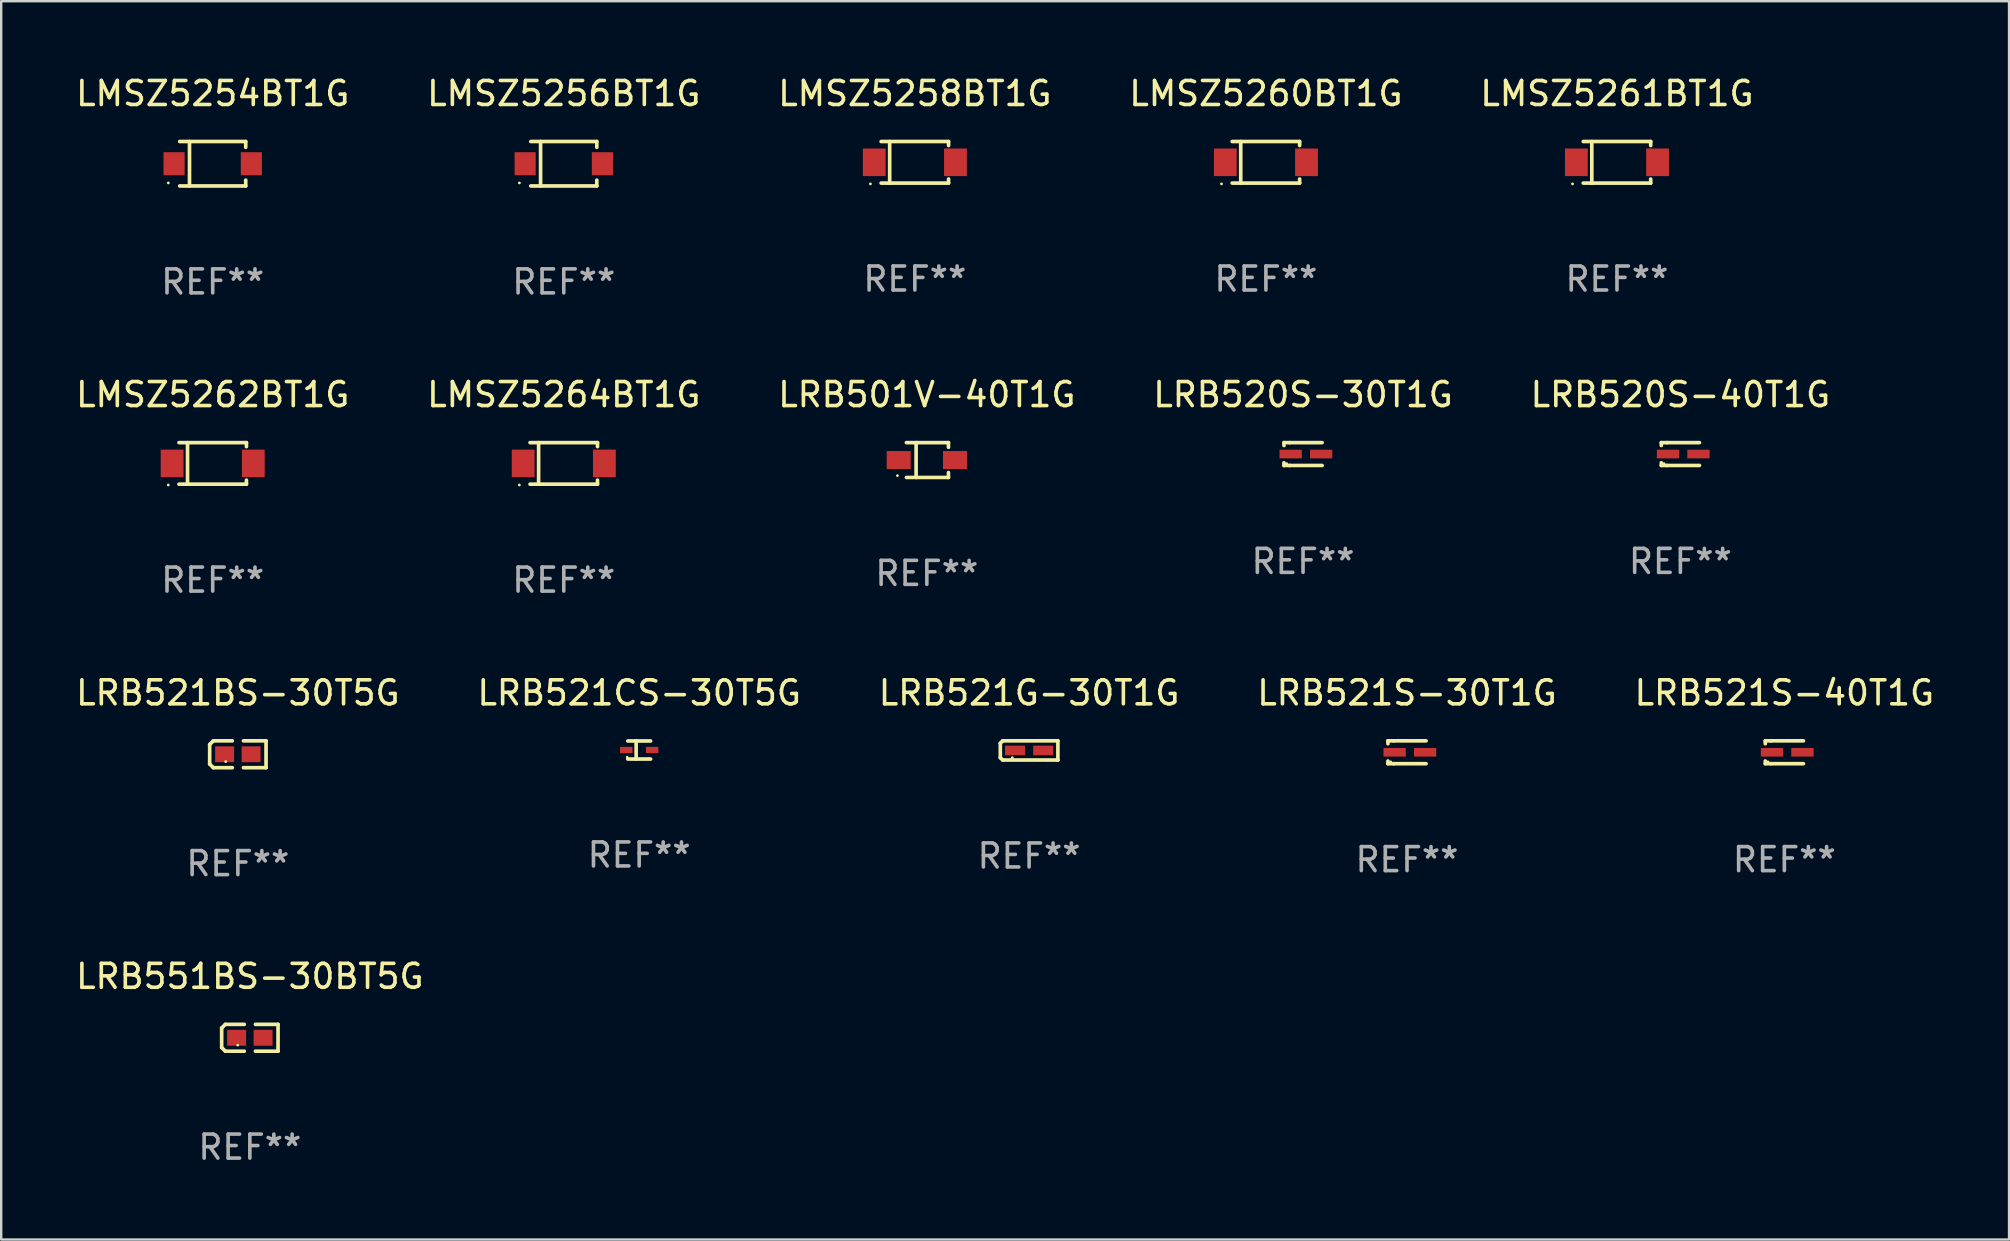
<source format=kicad_pcb>
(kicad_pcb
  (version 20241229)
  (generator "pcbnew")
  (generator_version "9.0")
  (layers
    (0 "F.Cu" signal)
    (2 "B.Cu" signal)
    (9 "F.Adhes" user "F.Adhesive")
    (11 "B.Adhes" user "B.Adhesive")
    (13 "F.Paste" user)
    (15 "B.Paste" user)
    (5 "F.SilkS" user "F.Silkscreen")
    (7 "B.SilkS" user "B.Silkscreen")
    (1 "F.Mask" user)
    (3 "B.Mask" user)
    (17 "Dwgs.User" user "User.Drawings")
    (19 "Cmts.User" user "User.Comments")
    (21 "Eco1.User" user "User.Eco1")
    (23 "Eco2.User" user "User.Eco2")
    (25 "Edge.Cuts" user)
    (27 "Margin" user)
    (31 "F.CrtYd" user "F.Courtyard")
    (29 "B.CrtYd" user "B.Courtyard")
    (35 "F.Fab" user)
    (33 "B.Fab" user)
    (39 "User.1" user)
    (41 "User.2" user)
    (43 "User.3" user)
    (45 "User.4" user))
  (footprint "LMSZ5256BT1G"
    (layer "F.Cu")
    (at 20.446 3.774)
    (property "Reference" "LMSZ5256BT1G" (at 0 -2.926 0) (layer "F.SilkS") (effects (font (size 1 1) (thickness 0.15))))
    (attr through_hole)
    (fp_line (start -1.376 -0.926) (end 1.376 -0.926) (stroke (width 0.152) (type solid)) (layer "F.SilkS"))
    (fp_line (start -1.376 0.926) (end 1.376 0.926) (stroke (width 0.152) (type solid)) (layer "F.SilkS"))
    (fp_line (start -0.967 -0.926) (end -0.967 0.926) (stroke (width 0.152) (type solid)) (layer "F.SilkS"))
    (fp_line (start 1.376 -0.926) (end 1.376 -0.683) (stroke (width 0.152) (type solid)) (layer "F.SilkS"))
    (fp_line (start 1.376 0.926) (end 1.376 0.683) (stroke (width 0.152) (type solid)) (layer "F.SilkS"))
    (fp_circle (center -1.85 0.8) (end -1.82 0.8) (stroke (width 0.06) (type solid)) (fill no) (layer "F.SilkS"))
    (fp_text user "REF**" (at 0 4.926 0) (layer "F.Fab") (effects (font (size 1 1) (thickness 0.15))))
    (pad "1" smd rect (at -1.61 0) (size 0.88 0.96) (layers "F.Cu" "F.Mask" "F.Paste"))
    (pad "2" smd rect (at 1.61 0) (size 0.88 0.96) (layers "F.Cu" "F.Mask" "F.Paste")))
  (footprint "LRB520S-40T1G"
    (layer "F.Cu")
    (at 66.982 15.873)
    (property "Reference" "LRB520S-40T1G" (at 0 -2.476 0) (layer "F.SilkS") (effects (font (size 1 1) (thickness 0.15))))
    (attr through_hole)
    (fp_line (start -0.795 -0.476) (end -0.795 -0.356) (stroke (width 0.152) (type solid)) (layer "F.SilkS"))
    (fp_line (start -0.795 0.363) (end -0.795 0.476) (stroke (width 0.152) (type solid)) (layer "F.SilkS"))
    (fp_line (start -0.795 0.476) (end -0.557 0.476) (stroke (width 0.152) (type solid)) (layer "F.SilkS"))
    (fp_line (start -0.557 -0.476) (end -0.795 -0.476) (stroke (width 0.152) (type solid)) (layer "F.SilkS"))
    (fp_line (start -0.557 -0.476) (end 0.795 -0.476) (stroke (width 0.152) (type solid)) (layer "F.SilkS"))
    (fp_line (start -0.557 0.476) (end 0.795 0.476) (stroke (width 0.152) (type solid)) (layer "F.SilkS"))
    (fp_circle (center -0.681 0.4) (end -0.651 0.4) (stroke (width 0.06) (type solid)) (fill no) (layer "F.SilkS"))
    (fp_text user "REF**" (at 0 4.476 0) (layer "F.Fab") (effects (font (size 1 1) (thickness 0.15))))
    (pad "1" smd rect (at -0.516 0 180) (size 0.93 0.36) (layers "F.Cu" "F.Mask" "F.Paste"))
    (pad "2" smd rect (at 0.754 0 180) (size 0.93 0.36) (layers "F.Cu" "F.Mask" "F.Paste")))
  (footprint "LRB521S-30T1G"
    (layer "F.Cu")
    (at 55.589 28.302)
    (property "Reference" "LRB521S-30T1G" (at 0 -2.476 0) (layer "F.SilkS") (effects (font (size 1 1) (thickness 0.15))))
    (attr through_hole)
    (fp_line (start -0.795 -0.476) (end -0.795 -0.356) (stroke (width 0.152) (type solid)) (layer "F.SilkS"))
    (fp_line (start -0.795 0.363) (end -0.795 0.476) (stroke (width 0.152) (type solid)) (layer "F.SilkS"))
    (fp_line (start -0.795 0.476) (end -0.557 0.476) (stroke (width 0.152) (type solid)) (layer "F.SilkS"))
    (fp_line (start -0.557 -0.476) (end -0.795 -0.476) (stroke (width 0.152) (type solid)) (layer "F.SilkS"))
    (fp_line (start -0.557 -0.476) (end 0.795 -0.476) (stroke (width 0.152) (type solid)) (layer "F.SilkS"))
    (fp_line (start -0.557 0.476) (end 0.795 0.476) (stroke (width 0.152) (type solid)) (layer "F.SilkS"))
    (fp_circle (center -0.681 0.4) (end -0.651 0.4) (stroke (width 0.06) (type solid)) (fill no) (layer "F.SilkS"))
    (fp_text user "REF**" (at 0 4.476 0) (layer "F.Fab") (effects (font (size 1 1) (thickness 0.15))))
    (pad "1" smd rect (at -0.516 0 180) (size 0.93 0.36) (layers "F.Cu" "F.Mask" "F.Paste"))
    (pad "2" smd rect (at 0.754 0 180) (size 0.93 0.36) (layers "F.Cu" "F.Mask" "F.Paste")))
  (footprint "LMSZ5264BT1G"
    (layer "F.Cu")
    (at 20.446 16.263)
    (property "Reference" "LMSZ5264BT1G" (at 0 -2.866 0) (layer "F.SilkS") (effects (font (size 1 1) (thickness 0.15))))
    (attr through_hole)
    (fp_line (start -1.406 -0.866) (end 1.406 -0.866) (stroke (width 0.152) (type solid)) (layer "F.SilkS"))
    (fp_line (start -1.406 0.866) (end 1.406 0.866) (stroke (width 0.152) (type solid)) (layer "F.SilkS"))
    (fp_line (start -1.049 -0.866) (end -1.049 0.866) (stroke (width 0.152) (type solid)) (layer "F.SilkS"))
    (fp_line (start 1.406 -0.866) (end 1.406 -0.698) (stroke (width 0.152) (type solid)) (layer "F.SilkS"))
    (fp_line (start 1.406 0.866) (end 1.406 0.698) (stroke (width 0.152) (type solid)) (layer "F.SilkS"))
    (fp_circle (center -1.851 0.9) (end -1.821 0.9) (stroke (width 0.06) (type solid)) (fill no) (layer "F.SilkS"))
    (fp_text user "REF**" (at 0 4.866 0) (layer "F.Fab") (effects (font (size 1 1) (thickness 0.15))))
    (pad "1" smd rect (at -1.692 0) (size 0.95 1.15) (layers "F.Cu" "F.Mask" "F.Paste"))
    (pad "2" smd rect (at 1.692 0) (size 0.95 1.15) (layers "F.Cu" "F.Mask" "F.Paste")))
  (footprint "LRB551BS-30BT5G"
    (layer "F.Cu")
    (at 7.363 40.201)
    (property "Reference" "LRB551BS-30BT5G" (at 0 -2.559 0) (layer "F.SilkS") (effects (font (size 1 1) (thickness 0.15))))
    (attr through_hole)
    (fp_line (start -1.175 -0.407) (end -1.023 -0.559) (stroke (width 0.152) (type solid)) (layer "F.SilkS"))
    (fp_line (start -1.175 0.407) (end -1.175 -0.407) (stroke (width 0.152) (type solid)) (layer "F.SilkS"))
    (fp_line (start -1.023 -0.559) (end -0.232 -0.559) (stroke (width 0.152) (type solid)) (layer "F.SilkS"))
    (fp_line (start -1.023 0.559) (end -1.175 0.407) (stroke (width 0.152) (type solid)) (layer "F.SilkS"))
    (fp_line (start -0.232 0.559) (end -1.023 0.559) (stroke (width 0.152) (type solid)) (layer "F.SilkS"))
    (fp_line (start 0.232 0.559) (end 1.175 0.559) (stroke (width 0.152) (type solid)) (layer "F.SilkS"))
    (fp_line (start 1.175 -0.559) (end 0.232 -0.559) (stroke (width 0.152) (type solid)) (layer "F.SilkS"))
    (fp_line (start 1.175 0.559) (end 1.175 -0.559) (stroke (width 0.152) (type solid)) (layer "F.SilkS"))
    (fp_circle (center -0.506 0.306) (end -0.476 0.306) (stroke (width 0.06) (type solid)) (fill no) (layer "F.SilkS"))
    (fp_text user "REF**" (at 0 4.559 0) (layer "F.Fab") (effects (font (size 1 1) (thickness 0.15))))
    (pad "1" smd rect (at -0.551 0) (size 0.79 0.661) (layers "F.Cu" "F.Mask" "F.Paste"))
    (pad "2" smd rect (at 0.551 0) (size 0.79 0.661) (layers "F.Cu" "F.Mask" "F.Paste")))
  (footprint "LRB501V-40T1G"
    (layer "F.Cu")
    (at 35.577 16.123)
    (property "Reference" "LRB501V-40T1G" (at 0 -2.726 0) (layer "F.SilkS") (effects (font (size 1 1) (thickness 0.15))))
    (attr through_hole)
    (fp_line (start -0.851 -0.726) (end 0.901 -0.726) (stroke (width 0.152) (type solid)) (layer "F.SilkS"))
    (fp_line (start -0.851 0.726) (end 0.901 0.726) (stroke (width 0.152) (type solid)) (layer "F.SilkS"))
    (fp_line (start -0.447 -0.726) (end -0.447 0.726) (stroke (width 0.152) (type solid)) (layer "F.SilkS"))
    (fp_line (start 0.901 -0.726) (end 0.901 -0.53) (stroke (width 0.152) (type solid)) (layer "F.SilkS"))
    (fp_line (start 0.901 0.726) (end 0.901 0.52) (stroke (width 0.152) (type solid)) (layer "F.SilkS"))
    (fp_circle (center -1.225 0.65) (end -1.195 0.65) (stroke (width 0.06) (type solid)) (fill no) (layer "F.SilkS"))
    (fp_text user "REF**" (at 0 4.726 0) (layer "F.Fab") (effects (font (size 1 1) (thickness 0.15))))
    (pad "1" smd rect (at -1.173 0) (size 1 0.75) (layers "F.Cu" "F.Mask" "F.Paste"))
    (pad "2" smd rect (at 1.173 0) (size 1 0.75) (layers "F.Cu" "F.Mask" "F.Paste")))
  (footprint "LRB521G-30T1G"
    (layer "F.Cu")
    (at 39.839 28.226)
    (property "Reference" "LRB521G-30T1G" (at 0 -2.4 0) (layer "F.SilkS") (effects (font (size 1 1) (thickness 0.15))))
    (attr through_hole)
    (fp_line (start -1.2 -0.3) (end -1.1 -0.4) (stroke (width 0.152) (type solid)) (layer "F.SilkS"))
    (fp_line (start -1.2 0.3) (end -1.2 -0.3) (stroke (width 0.152) (type solid)) (layer "F.SilkS"))
    (fp_line (start -1.1 -0.4) (end 1.2 -0.4) (stroke (width 0.152) (type solid)) (layer "F.SilkS"))
    (fp_line (start -1.1 0.4) (end -1.2 0.3) (stroke (width 0.152) (type solid)) (layer "F.SilkS"))
    (fp_line (start 1.2 -0.4) (end 1.2 0.4) (stroke (width 0.152) (type solid)) (layer "F.SilkS"))
    (fp_line (start 1.2 0.4) (end -1.1 0.4) (stroke (width 0.152) (type solid)) (layer "F.SilkS"))
    (fp_circle (center -0.7 0.3) (end -0.67 0.3) (stroke (width 0.06) (type solid)) (fill no) (layer "F.SilkS"))
    (fp_text user "REF**" (at 0 4.4 0) (layer "F.Fab") (effects (font (size 1 1) (thickness 0.15))))
    (pad "1" smd rect (at -0.585 0 180) (size 0.83 0.4) (layers "F.Cu" "F.Mask" "F.Paste"))
    (pad "2" smd rect (at 0.585 0 180) (size 0.83 0.4) (layers "F.Cu" "F.Mask" "F.Paste")))
  (footprint "LRB521BS-30T5G"
    (layer "F.Cu")
    (at 6.863 28.385)
    (property "Reference" "LRB521BS-30T5G" (at 0 -2.559 0) (layer "F.SilkS") (effects (font (size 1 1) (thickness 0.15))))
    (attr through_hole)
    (fp_line (start -1.175 -0.407) (end -1.023 -0.559) (stroke (width 0.152) (type solid)) (layer "F.SilkS"))
    (fp_line (start -1.175 0.407) (end -1.175 -0.407) (stroke (width 0.152) (type solid)) (layer "F.SilkS"))
    (fp_line (start -1.023 -0.559) (end -0.232 -0.559) (stroke (width 0.152) (type solid)) (layer "F.SilkS"))
    (fp_line (start -1.023 0.559) (end -1.175 0.407) (stroke (width 0.152) (type solid)) (layer "F.SilkS"))
    (fp_line (start -0.232 0.559) (end -1.023 0.559) (stroke (width 0.152) (type solid)) (layer "F.SilkS"))
    (fp_line (start 0.232 0.559) (end 1.175 0.559) (stroke (width 0.152) (type solid)) (layer "F.SilkS"))
    (fp_line (start 1.175 -0.559) (end 0.232 -0.559) (stroke (width 0.152) (type solid)) (layer "F.SilkS"))
    (fp_line (start 1.175 0.559) (end 1.175 -0.559) (stroke (width 0.152) (type solid)) (layer "F.SilkS"))
    (fp_circle (center -0.506 0.306) (end -0.476 0.306) (stroke (width 0.06) (type solid)) (fill no) (layer "F.SilkS"))
    (fp_text user "REF**" (at 0 4.559 0) (layer "F.Fab") (effects (font (size 1 1) (thickness 0.15))))
    (pad "1" smd rect (at -0.551 0) (size 0.79 0.661) (layers "F.Cu" "F.Mask" "F.Paste"))
    (pad "2" smd rect (at 0.551 0) (size 0.79 0.661) (layers "F.Cu" "F.Mask" "F.Paste")))
  (footprint "LMSZ5254BT1G"
    (layer "F.Cu")
    (at 5.815 3.774)
    (property "Reference" "LMSZ5254BT1G" (at 0 -2.926 0) (layer "F.SilkS") (effects (font (size 1 1) (thickness 0.15))))
    (attr through_hole)
    (fp_line (start -1.376 -0.926) (end 1.376 -0.926) (stroke (width 0.152) (type solid)) (layer "F.SilkS"))
    (fp_line (start -1.376 0.926) (end 1.376 0.926) (stroke (width 0.152) (type solid)) (layer "F.SilkS"))
    (fp_line (start -0.967 -0.926) (end -0.967 0.926) (stroke (width 0.152) (type solid)) (layer "F.SilkS"))
    (fp_line (start 1.376 -0.926) (end 1.376 -0.683) (stroke (width 0.152) (type solid)) (layer "F.SilkS"))
    (fp_line (start 1.376 0.926) (end 1.376 0.683) (stroke (width 0.152) (type solid)) (layer "F.SilkS"))
    (fp_circle (center -1.85 0.8) (end -1.82 0.8) (stroke (width 0.06) (type solid)) (fill no) (layer "F.SilkS"))
    (fp_text user "REF**" (at 0 4.926 0) (layer "F.Fab") (effects (font (size 1 1) (thickness 0.15))))
    (pad "1" smd rect (at -1.61 0) (size 0.88 0.96) (layers "F.Cu" "F.Mask" "F.Paste"))
    (pad "2" smd rect (at 1.61 0) (size 0.88 0.96) (layers "F.Cu" "F.Mask" "F.Paste")))
  (footprint "LRB521S-40T1G"
    (layer "F.Cu")
    (at 71.315 28.302)
    (property "Reference" "LRB521S-40T1G" (at 0 -2.476 0) (layer "F.SilkS") (effects (font (size 1 1) (thickness 0.15))))
    (attr through_hole)
    (fp_line (start -0.795 -0.476) (end -0.795 -0.356) (stroke (width 0.152) (type solid)) (layer "F.SilkS"))
    (fp_line (start -0.795 0.363) (end -0.795 0.476) (stroke (width 0.152) (type solid)) (layer "F.SilkS"))
    (fp_line (start -0.795 0.476) (end -0.557 0.476) (stroke (width 0.152) (type solid)) (layer "F.SilkS"))
    (fp_line (start -0.557 -0.476) (end -0.795 -0.476) (stroke (width 0.152) (type solid)) (layer "F.SilkS"))
    (fp_line (start -0.557 -0.476) (end 0.795 -0.476) (stroke (width 0.152) (type solid)) (layer "F.SilkS"))
    (fp_line (start -0.557 0.476) (end 0.795 0.476) (stroke (width 0.152) (type solid)) (layer "F.SilkS"))
    (fp_circle (center -0.681 0.4) (end -0.651 0.4) (stroke (width 0.06) (type solid)) (fill no) (layer "F.SilkS"))
    (fp_text user "REF**" (at 0 4.476 0) (layer "F.Fab") (effects (font (size 1 1) (thickness 0.15))))
    (pad "1" smd rect (at -0.516 0 180) (size 0.93 0.36) (layers "F.Cu" "F.Mask" "F.Paste"))
    (pad "2" smd rect (at 0.754 0 180) (size 0.93 0.36) (layers "F.Cu" "F.Mask" "F.Paste")))
  (footprint "LMSZ5262BT1G"
    (layer "F.Cu")
    (at 5.815 16.263)
    (property "Reference" "LMSZ5262BT1G" (at 0 -2.866 0) (layer "F.SilkS") (effects (font (size 1 1) (thickness 0.15))))
    (attr through_hole)
    (fp_line (start -1.406 -0.866) (end 1.406 -0.866) (stroke (width 0.152) (type solid)) (layer "F.SilkS"))
    (fp_line (start -1.406 0.866) (end 1.406 0.866) (stroke (width 0.152) (type solid)) (layer "F.SilkS"))
    (fp_line (start -1.049 -0.866) (end -1.049 0.866) (stroke (width 0.152) (type solid)) (layer "F.SilkS"))
    (fp_line (start 1.406 -0.866) (end 1.406 -0.698) (stroke (width 0.152) (type solid)) (layer "F.SilkS"))
    (fp_line (start 1.406 0.866) (end 1.406 0.698) (stroke (width 0.152) (type solid)) (layer "F.SilkS"))
    (fp_circle (center -1.851 0.9) (end -1.821 0.9) (stroke (width 0.06) (type solid)) (fill no) (layer "F.SilkS"))
    (fp_text user "REF**" (at 0 4.866 0) (layer "F.Fab") (effects (font (size 1 1) (thickness 0.15))))
    (pad "1" smd rect (at -1.692 0) (size 0.95 1.15) (layers "F.Cu" "F.Mask" "F.Paste"))
    (pad "2" smd rect (at 1.692 0) (size 0.95 1.15) (layers "F.Cu" "F.Mask" "F.Paste")))
  (footprint "LMSZ5261BT1G"
    (layer "F.Cu")
    (at 64.339 3.714)
    (property "Reference" "LMSZ5261BT1G" (at 0 -2.866 0) (layer "F.SilkS") (effects (font (size 1 1) (thickness 0.15))))
    (attr through_hole)
    (fp_line (start -1.406 -0.866) (end 1.406 -0.866) (stroke (width 0.152) (type solid)) (layer "F.SilkS"))
    (fp_line (start -1.406 0.866) (end 1.406 0.866) (stroke (width 0.152) (type solid)) (layer "F.SilkS"))
    (fp_line (start -1.049 -0.866) (end -1.049 0.866) (stroke (width 0.152) (type solid)) (layer "F.SilkS"))
    (fp_line (start 1.406 -0.866) (end 1.406 -0.698) (stroke (width 0.152) (type solid)) (layer "F.SilkS"))
    (fp_line (start 1.406 0.866) (end 1.406 0.698) (stroke (width 0.152) (type solid)) (layer "F.SilkS"))
    (fp_circle (center -1.851 0.9) (end -1.821 0.9) (stroke (width 0.06) (type solid)) (fill no) (layer "F.SilkS"))
    (fp_text user "REF**" (at 0 4.866 0) (layer "F.Fab") (effects (font (size 1 1) (thickness 0.15))))
    (pad "1" smd rect (at -1.692 0) (size 0.95 1.15) (layers "F.Cu" "F.Mask" "F.Paste"))
    (pad "2" smd rect (at 1.692 0) (size 0.95 1.15) (layers "F.Cu" "F.Mask" "F.Paste")))
  (footprint "LMSZ5258BT1G"
    (layer "F.Cu")
    (at 35.077 3.714)
    (property "Reference" "LMSZ5258BT1G" (at 0 -2.866 0) (layer "F.SilkS") (effects (font (size 1 1) (thickness 0.15))))
    (attr through_hole)
    (fp_line (start -1.406 -0.866) (end 1.406 -0.866) (stroke (width 0.152) (type solid)) (layer "F.SilkS"))
    (fp_line (start -1.406 0.866) (end 1.406 0.866) (stroke (width 0.152) (type solid)) (layer "F.SilkS"))
    (fp_line (start -1.049 -0.866) (end -1.049 0.866) (stroke (width 0.152) (type solid)) (layer "F.SilkS"))
    (fp_line (start 1.406 -0.866) (end 1.406 -0.698) (stroke (width 0.152) (type solid)) (layer "F.SilkS"))
    (fp_line (start 1.406 0.866) (end 1.406 0.698) (stroke (width 0.152) (type solid)) (layer "F.SilkS"))
    (fp_circle (center -1.851 0.9) (end -1.821 0.9) (stroke (width 0.06) (type solid)) (fill no) (layer "F.SilkS"))
    (fp_text user "REF**" (at 0 4.866 0) (layer "F.Fab") (effects (font (size 1 1) (thickness 0.15))))
    (pad "1" smd rect (at -1.692 0) (size 0.95 1.15) (layers "F.Cu" "F.Mask" "F.Paste"))
    (pad "2" smd rect (at 1.692 0) (size 0.95 1.15) (layers "F.Cu" "F.Mask" "F.Paste")))
  (footprint "LMSZ5260BT1G"
    (layer "F.Cu")
    (at 49.708 3.714)
    (property "Reference" "LMSZ5260BT1G" (at 0 -2.866 0) (layer "F.SilkS") (effects (font (size 1 1) (thickness 0.15))))
    (attr through_hole)
    (fp_line (start -1.406 -0.866) (end 1.406 -0.866) (stroke (width 0.152) (type solid)) (layer "F.SilkS"))
    (fp_line (start -1.406 0.866) (end 1.406 0.866) (stroke (width 0.152) (type solid)) (layer "F.SilkS"))
    (fp_line (start -1.049 -0.866) (end -1.049 0.866) (stroke (width 0.152) (type solid)) (layer "F.SilkS"))
    (fp_line (start 1.406 -0.866) (end 1.406 -0.698) (stroke (width 0.152) (type solid)) (layer "F.SilkS"))
    (fp_line (start 1.406 0.866) (end 1.406 0.698) (stroke (width 0.152) (type solid)) (layer "F.SilkS"))
    (fp_circle (center -1.851 0.9) (end -1.821 0.9) (stroke (width 0.06) (type solid)) (fill no) (layer "F.SilkS"))
    (fp_text user "REF**" (at 0 4.866 0) (layer "F.Fab") (effects (font (size 1 1) (thickness 0.15))))
    (pad "1" smd rect (at -1.692 0) (size 0.95 1.15) (layers "F.Cu" "F.Mask" "F.Paste"))
    (pad "2" smd rect (at 1.692 0) (size 0.95 1.15) (layers "F.Cu" "F.Mask" "F.Paste")))
  (footprint "LRB521CS-30T5G"
    (layer "F.Cu")
    (at 23.589 28.205)
    (property "Reference" "LRB521CS-30T5G" (at 0 -2.379 0) (layer "F.SilkS") (effects (font (size 1 1) (thickness 0.15))))
    (attr through_hole)
    (fp_line (start -0.476 -0.374) (end 0.476 -0.374) (stroke (width 0.152) (type solid)) (layer "F.SilkS"))
    (fp_line (start -0.476 0.379) (end 0.476 0.379) (stroke (width 0.152) (type solid)) (layer "F.SilkS"))
    (fp_line (start -0.127 -0.379) (end -0.127 0.374) (stroke (width 0.152) (type solid)) (layer "F.SilkS"))
    (fp_circle (center -0.5 0.302) (end -0.47 0.302) (stroke (width 0.06) (type solid)) (fill no) (layer "F.SilkS"))
    (fp_text user "REF**" (at 0 4.379 0) (layer "F.Fab") (effects (font (size 1 1) (thickness 0.15))))
    (pad "1" smd rect (at -0.54 0.002 180) (size 0.52 0.26) (layers "F.Cu" "F.Mask" "F.Paste"))
    (pad "2" smd rect (at 0.54 0.002 180) (size 0.52 0.26) (layers "F.Cu" "F.Mask" "F.Paste")))
  (footprint "LRB520S-30T1G"
    (layer "F.Cu")
    (at 51.256 15.873)
    (property "Reference" "LRB520S-30T1G" (at 0 -2.476 0) (layer "F.SilkS") (effects (font (size 1 1) (thickness 0.15))))
    (attr through_hole)
    (fp_line (start -0.795 -0.476) (end -0.795 -0.356) (stroke (width 0.152) (type solid)) (layer "F.SilkS"))
    (fp_line (start -0.795 0.363) (end -0.795 0.476) (stroke (width 0.152) (type solid)) (layer "F.SilkS"))
    (fp_line (start -0.795 0.476) (end -0.557 0.476) (stroke (width 0.152) (type solid)) (layer "F.SilkS"))
    (fp_line (start -0.557 -0.476) (end -0.795 -0.476) (stroke (width 0.152) (type solid)) (layer "F.SilkS"))
    (fp_line (start -0.557 -0.476) (end 0.795 -0.476) (stroke (width 0.152) (type solid)) (layer "F.SilkS"))
    (fp_line (start -0.557 0.476) (end 0.795 0.476) (stroke (width 0.152) (type solid)) (layer "F.SilkS"))
    (fp_circle (center -0.681 0.4) (end -0.651 0.4) (stroke (width 0.06) (type solid)) (fill no) (layer "F.SilkS"))
    (fp_text user "REF**" (at 0 4.476 0) (layer "F.Fab") (effects (font (size 1 1) (thickness 0.15))))
    (pad "1" smd rect (at -0.516 0 180) (size 0.93 0.36) (layers "F.Cu" "F.Mask" "F.Paste"))
    (pad "2" smd rect (at 0.754 0 180) (size 0.93 0.36) (layers "F.Cu" "F.Mask" "F.Paste")))
  (gr_rect
    (start -3 -3)
    (end 80.679 48.608)
    (stroke (width 0.1) (type default))
    (fill no)
    (layer "Edge.Cuts")))
</source>
